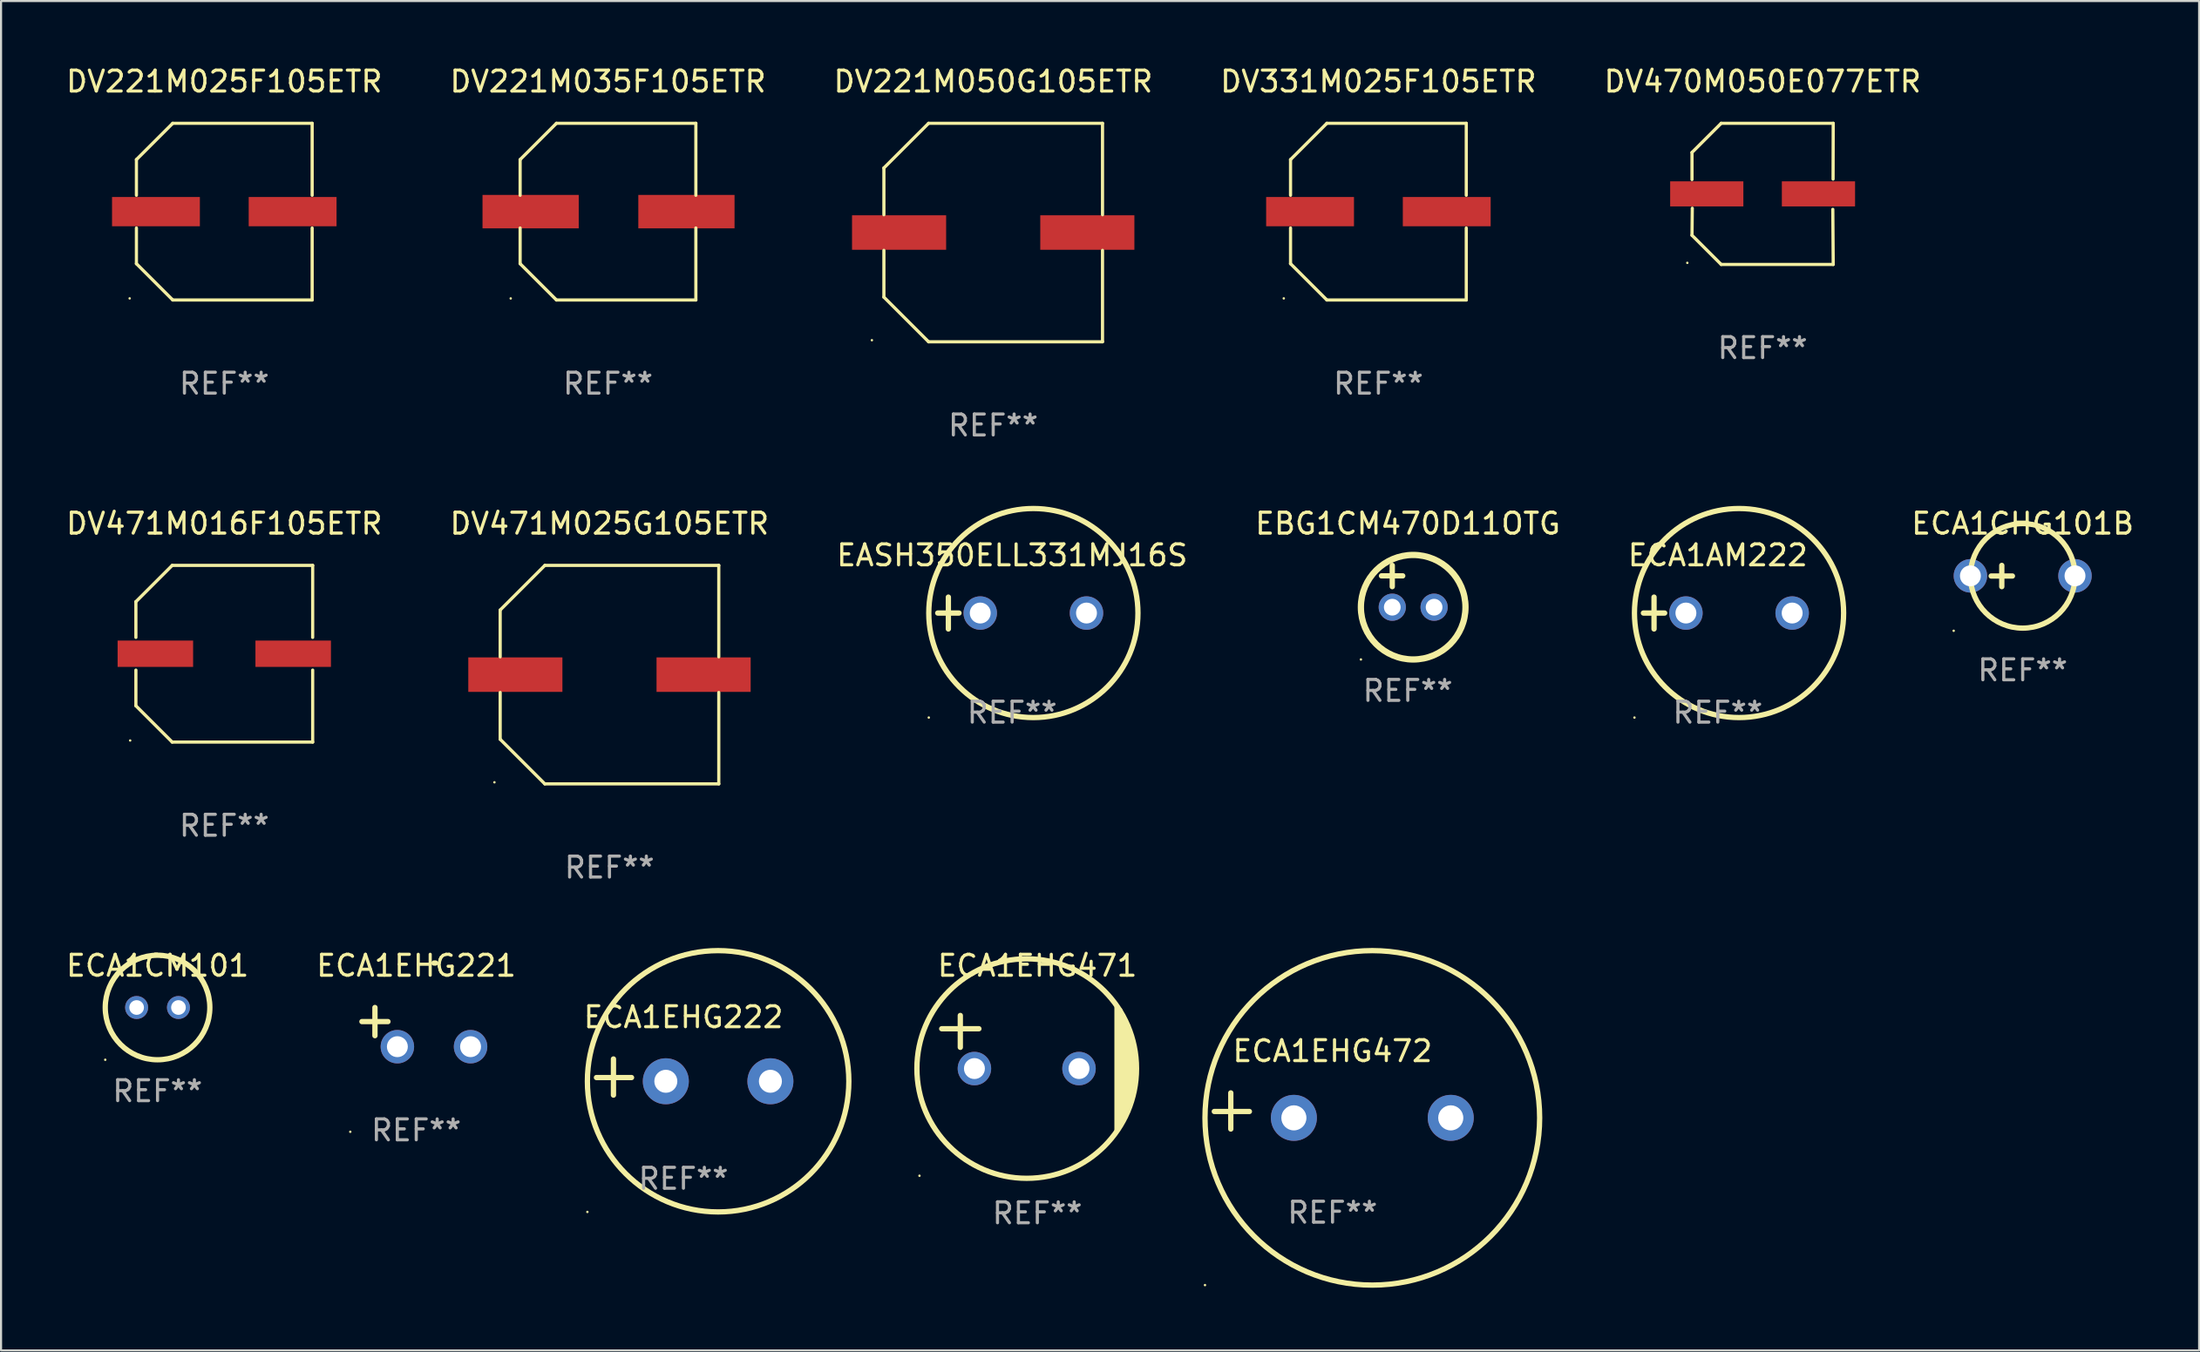
<source format=kicad_pcb>
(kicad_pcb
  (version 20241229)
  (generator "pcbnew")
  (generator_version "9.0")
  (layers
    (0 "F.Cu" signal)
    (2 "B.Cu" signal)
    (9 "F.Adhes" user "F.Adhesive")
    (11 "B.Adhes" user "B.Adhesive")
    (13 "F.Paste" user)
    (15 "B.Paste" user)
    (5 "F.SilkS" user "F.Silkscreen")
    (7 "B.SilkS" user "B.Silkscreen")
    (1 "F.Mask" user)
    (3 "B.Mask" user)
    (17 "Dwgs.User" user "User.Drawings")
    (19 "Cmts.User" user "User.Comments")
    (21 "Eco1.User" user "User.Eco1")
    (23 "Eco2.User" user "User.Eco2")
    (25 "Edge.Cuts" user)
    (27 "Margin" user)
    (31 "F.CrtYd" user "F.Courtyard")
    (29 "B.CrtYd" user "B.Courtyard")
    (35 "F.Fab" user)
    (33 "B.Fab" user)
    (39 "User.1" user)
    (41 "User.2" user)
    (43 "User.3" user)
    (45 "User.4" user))
  (footprint "ECA1EHG472"
    (layer "F.Cu")
    (at 60.658 50.095)
    (property "Reference" "ECA1EHG472" (at 0 -2.864 0) (layer "F.SilkS") (effects (font (size 1 1) (thickness 0.15))))
    (attr through_hole)
    (fp_line (start -4.864 0.864) (end -4.864 -0.864) (stroke (width 0.254) (type solid)) (layer "F.SilkS"))
    (fp_line (start -3.975 0.025) (end -5.652 0.025) (stroke (width 0.254) (type solid)) (layer "F.SilkS"))
    (fp_circle (center -6.098 8.33) (end -6.068 8.33) (stroke (width 0.06) (type solid)) (fill no) (layer "F.SilkS"))
    (fp_circle (center 1.902 0.33) (end 9.902 0.33) (stroke (width 0.254) (type solid)) (fill no) (layer "F.SilkS"))
    (fp_text user "REF**" (at 0 4.864 0) (layer "F.Fab") (effects (font (size 1 1) (thickness 0.15))))
    (pad "1" thru_hole circle (at -1.848 0.33) (size 2.2 2.2) (drill 1.2) (layers "*.Cu" "*.Mask"))
    (pad "2" thru_hole circle (at 5.652 0.33) (size 2.2 2.2) (drill 1.2) (layers "*.Cu" "*.Mask")))
  (footprint "DV471M016F105ETR"
    (layer "F.Cu")
    (at 7.673 28.223)
    (property "Reference" "DV471M016F105ETR" (at 0 -6.226 0) (layer "F.SilkS") (effects (font (size 1 1) (thickness 0.15))))
    (attr through_hole)
    (fp_line (start -4.226 -2.49) (end -4.226 -0.782) (stroke (width 0.152) (type solid)) (layer "F.SilkS"))
    (fp_line (start -4.226 2.49) (end -4.226 0.782) (stroke (width 0.152) (type solid)) (layer "F.SilkS"))
    (fp_line (start -2.49 -4.226) (end -4.226 -2.49) (stroke (width 0.152) (type solid)) (layer "F.SilkS"))
    (fp_line (start -2.49 4.226) (end -4.226 2.49) (stroke (width 0.152) (type solid)) (layer "F.SilkS"))
    (fp_line (start 4.226 -4.226) (end -2.49 -4.226) (stroke (width 0.152) (type solid)) (layer "F.SilkS"))
    (fp_line (start 4.226 -0.782) (end 4.226 -4.226) (stroke (width 0.152) (type solid)) (layer "F.SilkS"))
    (fp_line (start 4.226 0.782) (end 4.226 4.226) (stroke (width 0.152) (type solid)) (layer "F.SilkS"))
    (fp_line (start 4.226 4.226) (end -2.49 4.226) (stroke (width 0.152) (type solid)) (layer "F.SilkS"))
    (fp_circle (center -4.5 4.15) (end -4.47 4.15) (stroke (width 0.06) (type solid)) (fill no) (layer "F.SilkS"))
    (fp_text user "REF**" (at 0 8.226 0) (layer "F.Fab") (effects (font (size 1 1) (thickness 0.15))))
    (pad "1" smd rect (at -3.295 -0.000076 180) (size 3.61 1.26) (layers "F.Cu" "F.Mask" "F.Paste"))
    (pad "2" smd rect (at 3.295 -0.000076 180) (size 3.61 1.26) (layers "F.Cu" "F.Mask" "F.Paste")))
  (footprint "DV471M025G105ETR"
    (layer "F.Cu")
    (at 26.089 29.223)
    (property "Reference" "DV471M025G105ETR" (at 0 -7.226 0) (layer "F.SilkS") (effects (font (size 1 1) (thickness 0.15))))
    (attr through_hole)
    (fp_line (start -5.226 -3.09) (end -5.226 -0.852) (stroke (width 0.152) (type solid)) (layer "F.SilkS"))
    (fp_line (start -5.226 3.09) (end -5.226 0.852) (stroke (width 0.152) (type solid)) (layer "F.SilkS"))
    (fp_line (start -3.09 -5.226) (end -5.226 -3.09) (stroke (width 0.152) (type solid)) (layer "F.SilkS"))
    (fp_line (start -3.09 5.226) (end -5.226 3.09) (stroke (width 0.152) (type solid)) (layer "F.SilkS"))
    (fp_line (start 5.226 -5.226) (end -3.09 -5.226) (stroke (width 0.152) (type solid)) (layer "F.SilkS"))
    (fp_line (start 5.226 -0.852) (end 5.226 -5.226) (stroke (width 0.152) (type solid)) (layer "F.SilkS"))
    (fp_line (start 5.226 0.852) (end 5.226 5.226) (stroke (width 0.152) (type solid)) (layer "F.SilkS"))
    (fp_line (start 5.226 5.226) (end -3.09 5.226) (stroke (width 0.152) (type solid)) (layer "F.SilkS"))
    (fp_circle (center -5.5 5.15) (end -5.47 5.15) (stroke (width 0.06) (type solid)) (fill no) (layer "F.SilkS"))
    (fp_text user "REF**" (at 0 9.226 0) (layer "F.Fab") (effects (font (size 1 1) (thickness 0.15))))
    (pad "1" smd rect (at -4.5 -0.000025) (size 4.5 1.65) (layers "F.Cu" "F.Mask" "F.Paste"))
    (pad "2" smd rect (at 4.5 -0.000025) (size 4.5 1.65) (layers "F.Cu" "F.Mask" "F.Paste")))
  (footprint "DV470M050E077ETR"
    (layer "F.Cu")
    (at 81.22 6.224)
    (property "Reference" "DV470M050E077ETR" (at 0 -5.376 0) (layer "F.SilkS") (effects (font (size 1 1) (thickness 0.15))))
    (attr through_hole)
    (fp_line (start -3.376 -1.98) (end -3.376 -0.686) (stroke (width 0.152) (type solid)) (layer "F.SilkS"))
    (fp_line (start -3.376 1.981) (end -3.362 0.686) (stroke (width 0.152) (type solid)) (layer "F.SilkS"))
    (fp_line (start -1.981 3.376) (end -3.376 1.981) (stroke (width 0.152) (type solid)) (layer "F.SilkS"))
    (fp_line (start -1.98 -3.376) (end -3.376 -1.98) (stroke (width 0.152) (type solid)) (layer "F.SilkS"))
    (fp_line (start 3.356 0.74) (end 3.376 3.376) (stroke (width 0.152) (type solid)) (layer "F.SilkS"))
    (fp_line (start 3.369 -0.707) (end 3.376 -3.376) (stroke (width 0.152) (type solid)) (layer "F.SilkS"))
    (fp_line (start 3.376 3.376) (end -1.981 3.376) (stroke (width 0.152) (type solid)) (layer "F.SilkS"))
    (fp_line (start 3.376 -3.376) (end -1.98 -3.376) (stroke (width 0.152) (type solid)) (layer "F.SilkS"))
    (fp_circle (center -3.6 3.3) (end -3.57 3.3) (stroke (width 0.06) (type solid)) (fill no) (layer "F.SilkS"))
    (fp_text user "REF**" (at 0 7.376 0) (layer "F.Fab") (effects (font (size 1 1) (thickness 0.15))))
    (pad "1" smd rect (at -2.67 0.000381) (size 3.5 1.2) (layers "F.Cu" "F.Mask" "F.Paste"))
    (pad "2" smd rect (at 2.67 0.000381) (size 3.5 1.2) (layers "F.Cu" "F.Mask" "F.Paste")))
  (footprint "DV221M025F105ETR"
    (layer "F.Cu")
    (at 7.673 7.074)
    (property "Reference" "DV221M025F105ETR" (at 0 -6.226 0) (layer "F.SilkS") (effects (font (size 1 1) (thickness 0.15))))
    (attr through_hole)
    (fp_line (start -4.201 -2.49) (end -4.201 -0.782) (stroke (width 0.152) (type solid)) (layer "F.SilkS"))
    (fp_line (start -4.201 2.49) (end -4.201 0.782) (stroke (width 0.152) (type solid)) (layer "F.SilkS"))
    (fp_line (start -2.465 -4.226) (end -4.201 -2.49) (stroke (width 0.152) (type solid)) (layer "F.SilkS"))
    (fp_line (start -2.465 4.226) (end -4.201 2.49) (stroke (width 0.152) (type solid)) (layer "F.SilkS"))
    (fp_line (start 4.201 -4.226) (end -2.465 -4.226) (stroke (width 0.152) (type solid)) (layer "F.SilkS"))
    (fp_line (start 4.201 -0.782) (end 4.201 -4.226) (stroke (width 0.152) (type solid)) (layer "F.SilkS"))
    (fp_line (start 4.201 0.782) (end 4.201 4.226) (stroke (width 0.152) (type solid)) (layer "F.SilkS"))
    (fp_line (start 4.201 4.226) (end -2.465 4.226) (stroke (width 0.152) (type solid)) (layer "F.SilkS"))
    (fp_circle (center -4.524 4.15) (end -4.494 4.15) (stroke (width 0.06) (type solid)) (fill no) (layer "F.SilkS"))
    (fp_text user "REF**" (at 0 8.226 0) (layer "F.Fab") (effects (font (size 1 1) (thickness 0.15))))
    (pad "1" smd rect (at -3.267 0) (size 4.2 1.4) (layers "F.Cu" "F.Mask" "F.Paste"))
    (pad "2" smd rect (at 3.267 0) (size 4.2 1.4) (layers "F.Cu" "F.Mask" "F.Paste")))
  (footprint "EBG1CM470D11OTG"
    (layer "F.Cu")
    (at 64.256 24.997)
    (property "Reference" "EBG1CM470D11OTG" (at 0 -3 0) (layer "F.SilkS") (effects (font (size 1 1) (thickness 0.15))))
    (attr through_hole)
    (fp_line (start -1.258 -0.5) (end -0.242 -0.5) (stroke (width 0.254) (type solid)) (layer "F.SilkS"))
    (fp_line (start -0.742 -1) (end -0.742 0.016) (stroke (width 0.254) (type solid)) (layer "F.SilkS"))
    (fp_circle (center -2.242 3.5) (end -2.212 3.5) (stroke (width 0.06) (type solid)) (fill no) (layer "F.SilkS"))
    (fp_circle (center 0.258 1) (end 2.758 1) (stroke (width 0.3) (type solid)) (fill no) (layer "F.SilkS"))
    (fp_text user "REF**" (at 0 5 0) (layer "F.Fab") (effects (font (size 1 1) (thickness 0.15))))
    (pad "1" thru_hole circle (at -0.742 1) (size 1.3 1.3) (drill 0.8) (layers "*.Cu" "*.Mask"))
    (pad "2" thru_hole circle (at 1.258 1) (size 1.3 1.3) (drill 0.8) (layers "*.Cu" "*.Mask")))
  (footprint "ECA1EHG221"
    (layer "F.Cu")
    (at 16.851 46.083)
    (property "Reference" "ECA1EHG221" (at 0 -2.937 0) (layer "F.SilkS") (effects (font (size 1 1) (thickness 0.15))))
    (attr through_hole)
    (fp_line (start -1.975 0.41) (end -1.975 -0.937) (stroke (width 0.254) (type solid)) (layer "F.SilkS"))
    (fp_line (start -1.353 -0.263) (end -2.597 -0.263) (stroke (width 0.254) (type solid)) (layer "F.SilkS"))
    (fp_arc (start 0.849809 -3.063957) (mid 0.885369 -3.064114) (end 0.920929 -3.063957) (stroke (width 0.254001) (type solid)) (layer "F.SilkS"))
    (fp_circle (center -3.154 5.008) (end -3.124 5.008) (stroke (width 0.06) (type solid)) (fill no) (layer "F.SilkS"))
    (fp_text user "REF**" (at 0 4.937 0) (layer "F.Fab") (effects (font (size 1 1) (thickness 0.15))))
    (pad "1" thru_hole circle (at -0.903 0.937) (size 1.6 1.6) (drill 1) (layers "*.Cu" "*.Mask"))
    (pad "2" thru_hole circle (at 2.597 0.937) (size 1.6 1.6) (drill 1) (layers "*.Cu" "*.Mask")))
  (footprint "ECA1CHG101B"
    (layer "F.Cu")
    (at 93.655 24.505)
    (property "Reference" "ECA1CHG101B" (at 0 -2.508 0) (layer "F.SilkS") (effects (font (size 1 1) (thickness 0.15))))
    (attr through_hole)
    (fp_line (start -1.508 0) (end -0.492 0) (stroke (width 0.254) (type solid)) (layer "F.SilkS"))
    (fp_line (start -1 -0.508) (end -1 0.508) (stroke (width 0.254) (type solid)) (layer "F.SilkS"))
    (fp_circle (center -3.3 2.619) (end -3.27 2.619) (stroke (width 0.06) (type solid)) (fill no) (layer "F.SilkS"))
    (fp_circle (center -0.000127 -0.008) (end 2.5 -0.008) (stroke (width 0.254) (type solid)) (fill no) (layer "F.SilkS"))
    (fp_text user "REF**" (at 0 4.508 0) (layer "F.Fab") (effects (font (size 1 1) (thickness 0.15))))
    (pad "1" thru_hole circle (at -2.5 -0.008) (size 1.6 1.6) (drill 1) (layers "*.Cu" "*.Mask"))
    (pad "2" thru_hole circle (at 2.5 -0.008) (size 1.6 1.6) (drill 1) (layers "*.Cu" "*.Mask")))
  (footprint "EASH350ELL331MJ16S"
    (layer "F.Cu")
    (at 45.339 26.276)
    (property "Reference" "EASH350ELL331MJ16S" (at 0 -2.762 0) (layer "F.SilkS") (effects (font (size 1 1) (thickness 0.15))))
    (attr through_hole)
    (fp_line (start -3.556 0) (end -2.54 0) (stroke (width 0.254) (type solid)) (layer "F.SilkS"))
    (fp_line (start -3.048 -0.762) (end -3.048 0.762) (stroke (width 0.254) (type solid)) (layer "F.SilkS"))
    (fp_circle (center -3.984 5) (end -3.954 5) (stroke (width 0.06) (type solid)) (fill no) (layer "F.SilkS"))
    (fp_circle (center 1.016 0) (end 6.016 0) (stroke (width 0.254) (type solid)) (fill no) (layer "F.SilkS"))
    (fp_text user "REF**" (at 0 4.762 0) (layer "F.Fab") (effects (font (size 1 1) (thickness 0.15))))
    (pad "1" thru_hole circle (at -1.524 0) (size 1.6 1.6) (drill 1) (layers "*.Cu" "*.Mask"))
    (pad "2" thru_hole circle (at 3.556 0) (size 1.6 1.6) (drill 1) (layers "*.Cu" "*.Mask")))
  (footprint "DV221M035F105ETR"
    (layer "F.Cu")
    (at 26.018 7.074)
    (property "Reference" "DV221M035F105ETR" (at 0 -6.226 0) (layer "F.SilkS") (effects (font (size 1 1) (thickness 0.15))))
    (attr through_hole)
    (fp_line (start -4.201 -2.49) (end -4.201 -0.782) (stroke (width 0.152) (type solid)) (layer "F.SilkS"))
    (fp_line (start -4.201 2.49) (end -4.201 0.782) (stroke (width 0.152) (type solid)) (layer "F.SilkS"))
    (fp_line (start -2.465 -4.226) (end -4.201 -2.49) (stroke (width 0.152) (type solid)) (layer "F.SilkS"))
    (fp_line (start -2.465 4.226) (end -4.201 2.49) (stroke (width 0.152) (type solid)) (layer "F.SilkS"))
    (fp_line (start 4.201 -4.226) (end -2.465 -4.226) (stroke (width 0.152) (type solid)) (layer "F.SilkS"))
    (fp_line (start 4.201 -0.782) (end 4.201 -4.226) (stroke (width 0.152) (type solid)) (layer "F.SilkS"))
    (fp_line (start 4.201 0.782) (end 4.201 4.226) (stroke (width 0.152) (type solid)) (layer "F.SilkS"))
    (fp_line (start 4.201 4.226) (end -2.465 4.226) (stroke (width 0.152) (type solid)) (layer "F.SilkS"))
    (fp_circle (center -4.651 4.152) (end -4.621 4.152) (stroke (width 0.06) (type solid)) (fill no) (layer "F.SilkS"))
    (fp_text user "REF**" (at 0 8.226 0) (layer "F.Fab") (effects (font (size 1 1) (thickness 0.15))))
    (pad "1" smd rect (at -3.699 0) (size 4.6 1.6) (layers "F.Cu" "F.Mask" "F.Paste"))
    (pad "2" smd rect (at 3.75 0) (size 4.6 1.6) (layers "F.Cu" "F.Mask" "F.Paste")))
  (footprint "ECA1CM101"
    (layer "F.Cu")
    (at 4.482 45.146)
    (property "Reference" "ECA1CM101" (at 0 -2 0) (layer "F.SilkS") (effects (font (size 1 1) (thickness 0.15))))
    (attr through_hole)
    (fp_circle (center -2.5 2.5) (end -2.47 2.5) (stroke (width 0.06) (type solid)) (fill no) (layer "F.SilkS"))
    (fp_circle (center 0 0) (end 2.5 0) (stroke (width 0.254) (type solid)) (fill no) (layer "F.SilkS"))
    (fp_text user "REF**" (at 0 4 0) (layer "F.Fab") (effects (font (size 1 1) (thickness 0.15))))
    (pad "1" thru_hole circle (at -1 0) (size 1.1 1.1) (drill 0.7) (layers "*.Cu" "*.Mask"))
    (pad "2" thru_hole circle (at 1 0) (size 1.1 1.1) (drill 0.7) (layers "*.Cu" "*.Mask")))
  (footprint "ECA1AM222"
    (layer "F.Cu")
    (at 79.077 26.276)
    (property "Reference" "ECA1AM222" (at 0 -2.762 0) (layer "F.SilkS") (effects (font (size 1 1) (thickness 0.15))))
    (attr through_hole)
    (fp_line (start -3.556 0) (end -2.54 0) (stroke (width 0.254) (type solid)) (layer "F.SilkS"))
    (fp_line (start -3.048 -0.762) (end -3.048 0.762) (stroke (width 0.254) (type solid)) (layer "F.SilkS"))
    (fp_circle (center -3.984 5) (end -3.954 5) (stroke (width 0.06) (type solid)) (fill no) (layer "F.SilkS"))
    (fp_circle (center 1.016 0) (end 6.016 0) (stroke (width 0.254) (type solid)) (fill no) (layer "F.SilkS"))
    (fp_text user "REF**" (at 0 4.762 0) (layer "F.Fab") (effects (font (size 1 1) (thickness 0.15))))
    (pad "1" thru_hole circle (at -1.524 0) (size 1.6 1.6) (drill 1) (layers "*.Cu" "*.Mask"))
    (pad "2" thru_hole circle (at 3.556 0) (size 1.6 1.6) (drill 1) (layers "*.Cu" "*.Mask")))
  (footprint "DV221M050G105ETR"
    (layer "F.Cu")
    (at 44.435 8.074)
    (property "Reference" "DV221M050G105ETR" (at 0 -7.226 0) (layer "F.SilkS") (effects (font (size 1 1) (thickness 0.15))))
    (attr through_hole)
    (fp_line (start -5.226 -3.09) (end -5.226 -0.852) (stroke (width 0.152) (type solid)) (layer "F.SilkS"))
    (fp_line (start -5.226 3.09) (end -5.226 0.852) (stroke (width 0.152) (type solid)) (layer "F.SilkS"))
    (fp_line (start -3.09 -5.226) (end -5.226 -3.09) (stroke (width 0.152) (type solid)) (layer "F.SilkS"))
    (fp_line (start -3.09 5.226) (end -5.226 3.09) (stroke (width 0.152) (type solid)) (layer "F.SilkS"))
    (fp_line (start 5.226 -5.226) (end -3.09 -5.226) (stroke (width 0.152) (type solid)) (layer "F.SilkS"))
    (fp_line (start 5.226 -0.852) (end 5.226 -5.226) (stroke (width 0.152) (type solid)) (layer "F.SilkS"))
    (fp_line (start 5.226 0.852) (end 5.226 5.226) (stroke (width 0.152) (type solid)) (layer "F.SilkS"))
    (fp_line (start 5.226 5.226) (end -3.09 5.226) (stroke (width 0.152) (type solid)) (layer "F.SilkS"))
    (fp_circle (center -5.8 5.15) (end -5.77 5.15) (stroke (width 0.06) (type solid)) (fill no) (layer "F.SilkS"))
    (fp_text user "REF**" (at 0 9.226 0) (layer "F.Fab") (effects (font (size 1 1) (thickness 0.15))))
    (pad "1" smd rect (at -4.5 0) (size 4.5 1.65) (layers "F.Cu" "F.Mask" "F.Paste"))
    (pad "2" smd rect (at 4.5 0) (size 4.5 1.65) (layers "F.Cu" "F.Mask" "F.Paste")))
  (footprint "ECA1EHG222"
    (layer "F.Cu")
    (at 29.625 48.472)
    (property "Reference" "ECA1EHG222" (at 0 -2.864 0) (layer "F.SilkS") (effects (font (size 1 1) (thickness 0.15))))
    (attr through_hole)
    (fp_line (start -3.346 0.864) (end -3.346 -0.864) (stroke (width 0.254) (type solid)) (layer "F.SilkS"))
    (fp_line (start -2.482 0.025) (end -4.158 0.025) (stroke (width 0.254) (type solid)) (layer "F.SilkS"))
    (fp_circle (center -4.592 6.453) (end -4.562 6.453) (stroke (width 0.06) (type solid)) (fill no) (layer "F.SilkS"))
    (fp_circle (center 1.658 0.203) (end 7.908 0.203) (stroke (width 0.254) (type solid)) (fill no) (layer "F.SilkS"))
    (fp_text user "REF**" (at 0 4.864 0) (layer "F.Fab") (effects (font (size 1 1) (thickness 0.15))))
    (pad "1" thru_hole circle (at -0.842 0.203) (size 2.2 2.2) (drill 1.1) (layers "*.Cu" "*.Mask"))
    (pad "2" thru_hole circle (at 4.158 0.203) (size 2.2 2.2) (drill 1.1) (layers "*.Cu" "*.Mask")))
  (footprint "ECA1EHG471"
    (layer "F.Cu")
    (at 46.545 48.067)
    (property "Reference" "ECA1EHG471" (at 0 -4.921 0) (layer "F.SilkS") (effects (font (size 1 1) (thickness 0.15))))
    (attr through_hole)
    (fp_line (start -4.572 -1.905) (end -2.794 -1.905) (stroke (width 0.254) (type solid)) (layer "F.SilkS"))
    (fp_line (start -3.683 -2.54) (end -3.683 -1.016) (stroke (width 0.254) (type solid)) (layer "F.SilkS"))
    (fp_line (start 3.81 -2.921) (end 3.81 2.921) (stroke (width 0.254) (type solid)) (layer "F.SilkS"))
    (fp_line (start 3.937 -2.794) (end 3.937 2.667) (stroke (width 0.254) (type solid)) (layer "F.SilkS"))
    (fp_line (start 4.064 -2.54) (end 4.064 2.413) (stroke (width 0.254) (type solid)) (layer "F.SilkS"))
    (fp_line (start 4.191 -2.286) (end 4.191 2.286) (stroke (width 0.254) (type solid)) (layer "F.SilkS"))
    (fp_line (start 4.318 -2.032) (end 4.318 2.032) (stroke (width 0.254) (type solid)) (layer "F.SilkS"))
    (fp_line (start 4.445 -1.524) (end 4.445 1.651) (stroke (width 0.254) (type solid)) (layer "F.SilkS"))
    (fp_line (start 4.572 0.762) (end 4.572 -0.722) (stroke (width 0.254) (type solid)) (layer "F.SilkS"))
    (fp_circle (center -5.635 5.127) (end -5.605 5.127) (stroke (width 0.06) (type solid)) (fill no) (layer "F.SilkS"))
    (fp_circle (center -0.508 0) (end 4.742 0) (stroke (width 0.254) (type solid)) (fill no) (layer "F.SilkS"))
    (fp_text user "REF**" (at 0 6.921 0) (layer "F.Fab") (effects (font (size 1 1) (thickness 0.15))))
    (pad "1" thru_hole circle (at -3.008 0) (size 1.6 1.6) (drill 1) (layers "*.Cu" "*.Mask"))
    (pad "2" thru_hole circle (at 1.992 0) (size 1.6 1.6) (drill 1) (layers "*.Cu" "*.Mask")))
  (footprint "DV331M025F105ETR"
    (layer "F.Cu")
    (at 62.851 7.074)
    (property "Reference" "DV331M025F105ETR" (at 0 -6.226 0) (layer "F.SilkS") (effects (font (size 1 1) (thickness 0.15))))
    (attr through_hole)
    (fp_line (start -4.201 -2.49) (end -4.201 -0.782) (stroke (width 0.152) (type solid)) (layer "F.SilkS"))
    (fp_line (start -4.201 2.49) (end -4.201 0.782) (stroke (width 0.152) (type solid)) (layer "F.SilkS"))
    (fp_line (start -2.465 -4.226) (end -4.201 -2.49) (stroke (width 0.152) (type solid)) (layer "F.SilkS"))
    (fp_line (start -2.465 4.226) (end -4.201 2.49) (stroke (width 0.152) (type solid)) (layer "F.SilkS"))
    (fp_line (start 4.201 -4.226) (end -2.465 -4.226) (stroke (width 0.152) (type solid)) (layer "F.SilkS"))
    (fp_line (start 4.201 -0.782) (end 4.201 -4.226) (stroke (width 0.152) (type solid)) (layer "F.SilkS"))
    (fp_line (start 4.201 0.782) (end 4.201 4.226) (stroke (width 0.152) (type solid)) (layer "F.SilkS"))
    (fp_line (start 4.201 4.226) (end -2.465 4.226) (stroke (width 0.152) (type solid)) (layer "F.SilkS"))
    (fp_circle (center -4.524 4.15) (end -4.494 4.15) (stroke (width 0.06) (type solid)) (fill no) (layer "F.SilkS"))
    (fp_text user "REF**" (at 0 8.226 0) (layer "F.Fab") (effects (font (size 1 1) (thickness 0.15))))
    (pad "1" smd rect (at -3.267 0) (size 4.2 1.4) (layers "F.Cu" "F.Mask" "F.Paste"))
    (pad "2" smd rect (at 3.267 0) (size 4.2 1.4) (layers "F.Cu" "F.Mask" "F.Paste")))
  (gr_rect
    (start -3 -3)
    (end 102.089 61.552)
    (stroke (width 0.1) (type default))
    (fill no)
    (layer "Edge.Cuts")))
</source>
